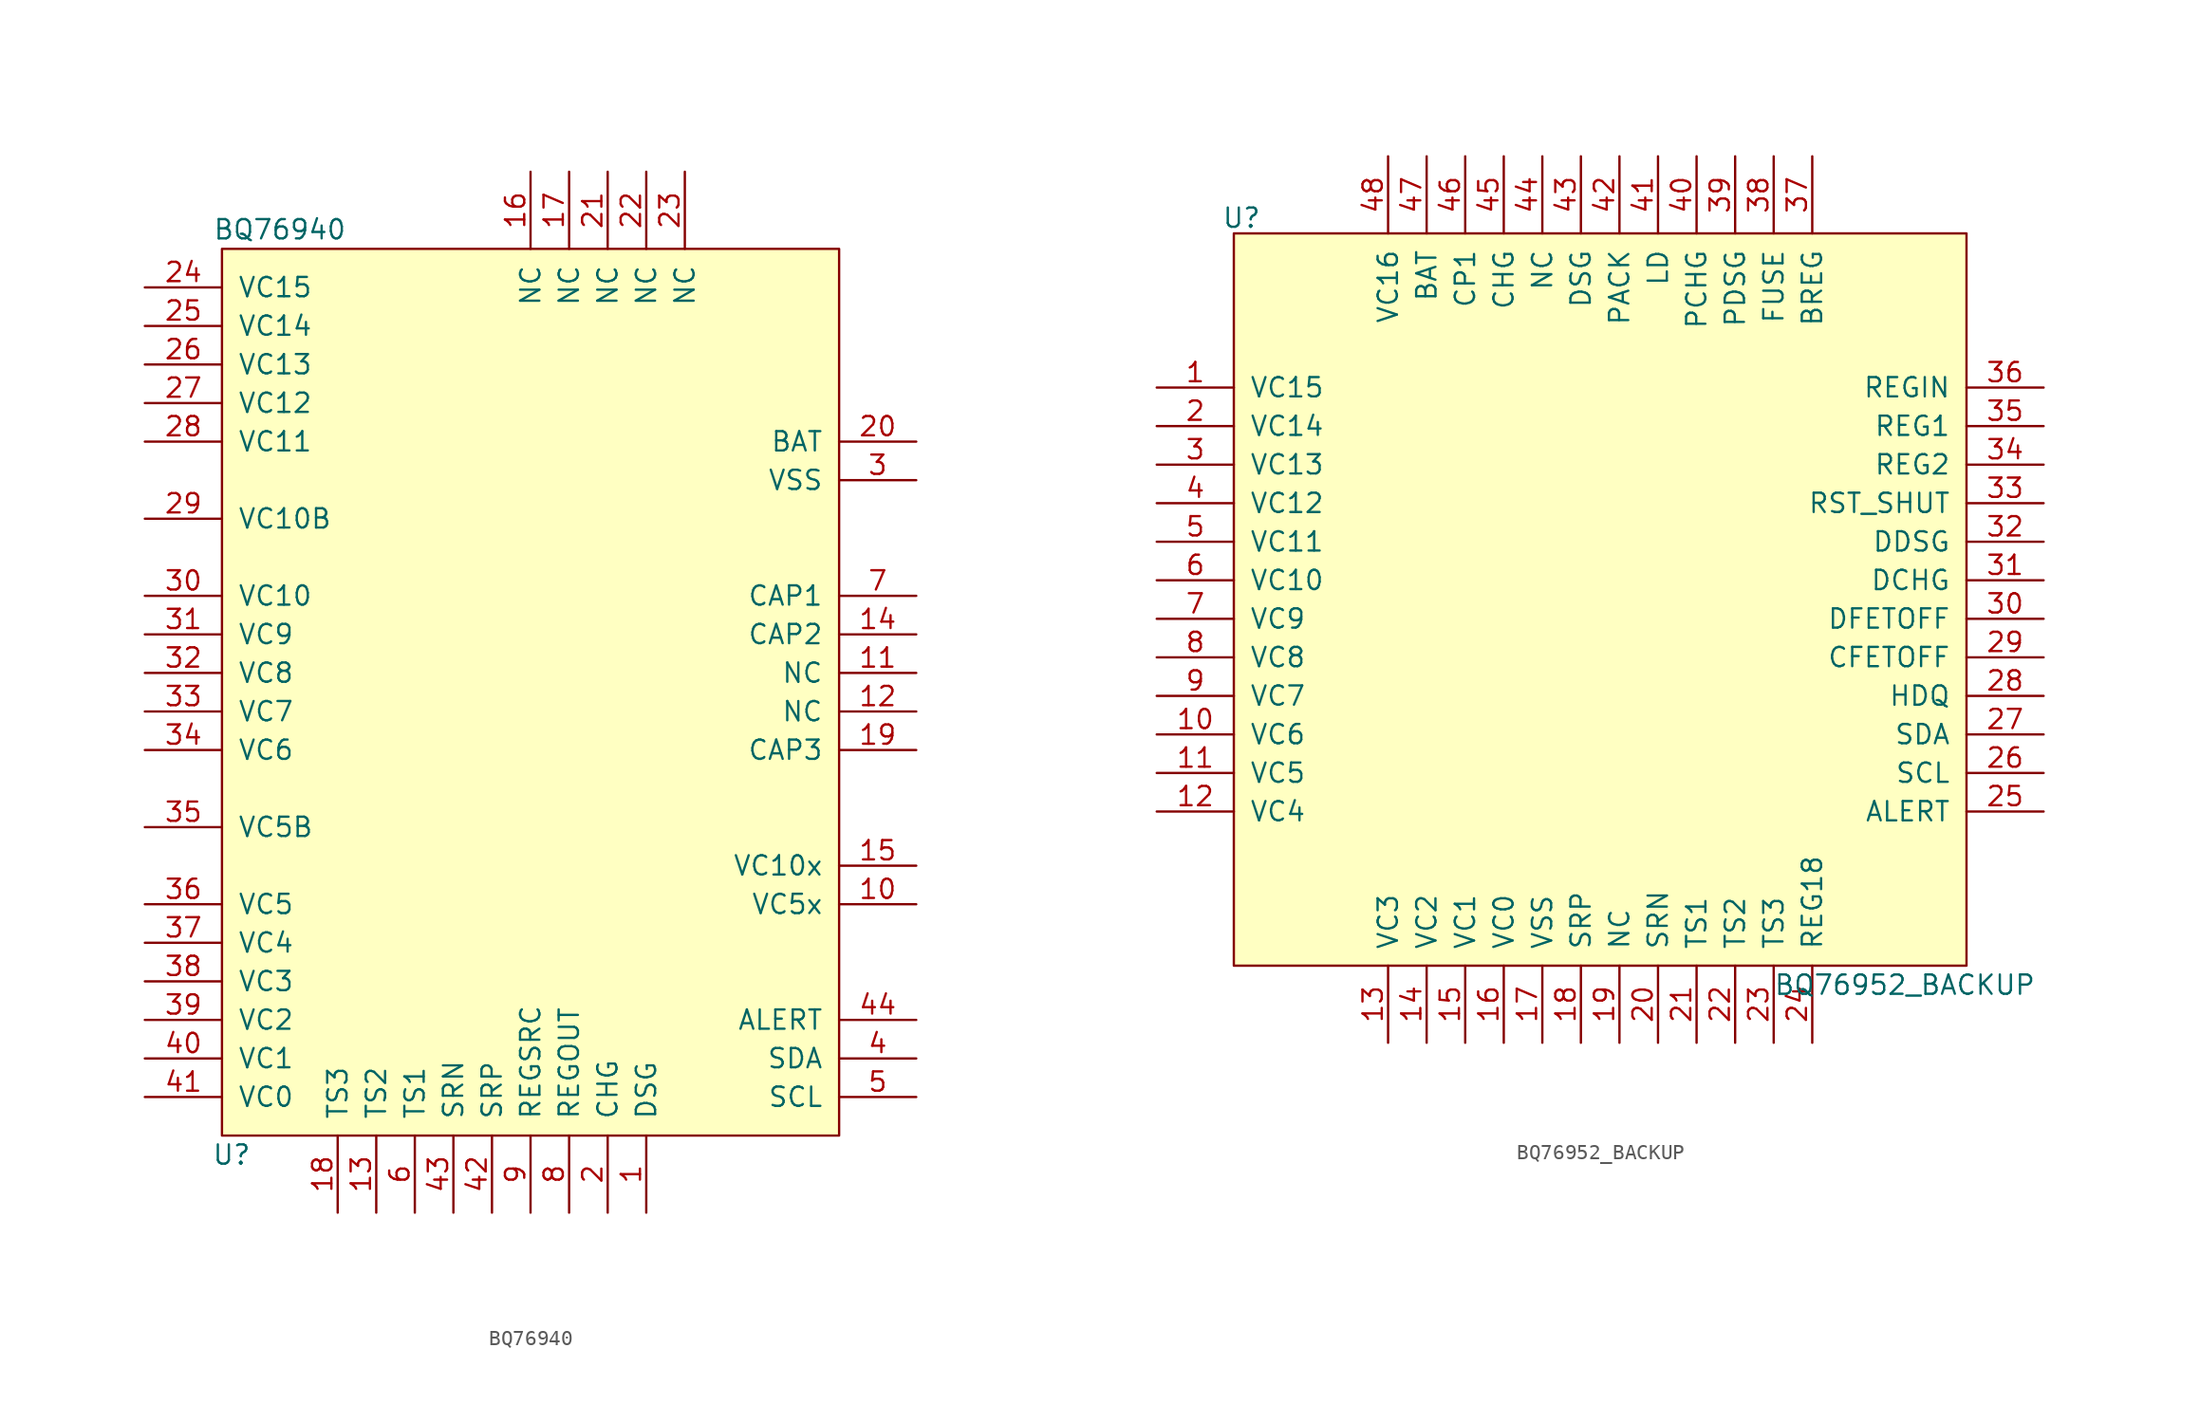
<source format=kicad_sym>
(kicad_symbol_lib
  (version 20211014)
  (generator kicad_symbol_editor)
  (symbol "BQ76940"
    (pin_names
      (offset 1.016))
    (property "Reference" "U"
      (at 0.635 -57.15 0)
      (effects (font (size 1.27 1.27))))
    (property "Value" "BQ76940"
      (at 3.81 3.81 0)
      (effects (font (size 1.27 1.27))))
    (symbol "BQ76940_0_1"
      (rectangle (start 0 2.54) (end 40.64 -55.88) (stroke (width 0) (type default) (color 0 0 0 0)) (fill (type background))))
    (symbol "BQ76940_1_1"
      (pin input line (at 27.94 -60.96 90) (length 5.08) (name "DSG" (effects (font (size 1.27 1.27)))) (number "1" (effects (font (size 1.27 1.27)))))
      (pin input line (at 45.72 -40.64 180) (length 5.08) (name "VC5x" (effects (font (size 1.27 1.27)))) (number "10" (effects (font (size 1.27 1.27)))))
      (pin input line (at 45.72 -25.4 180) (length 5.08) (name "NC" (effects (font (size 1.27 1.27)))) (number "11" (effects (font (size 1.27 1.27)))))
      (pin input line (at 45.72 -27.94 180) (length 5.08) (name "NC" (effects (font (size 1.27 1.27)))) (number "12" (effects (font (size 1.27 1.27)))))
      (pin input line (at 10.16 -60.96 90) (length 5.08) (name "TS2" (effects (font (size 1.27 1.27)))) (number "13" (effects (font (size 1.27 1.27)))))
      (pin input line (at 45.72 -22.86 180) (length 5.08) (name "CAP2" (effects (font (size 1.27 1.27)))) (number "14" (effects (font (size 1.27 1.27)))))
      (pin input line (at 45.72 -38.1 180) (length 5.08) (name "VC10x" (effects (font (size 1.27 1.27)))) (number "15" (effects (font (size 1.27 1.27)))))
      (pin input line (at 20.32 7.62 270) (length 5.08) (name "NC" (effects (font (size 1.27 1.27)))) (number "16" (effects (font (size 1.27 1.27)))))
      (pin input line (at 22.86 7.62 270) (length 5.08) (name "NC" (effects (font (size 1.27 1.27)))) (number "17" (effects (font (size 1.27 1.27)))))
      (pin input line (at 7.62 -60.96 90) (length 5.08) (name "TS3" (effects (font (size 1.27 1.27)))) (number "18" (effects (font (size 1.27 1.27)))))
      (pin input line (at 45.72 -30.48 180) (length 5.08) (name "CAP3" (effects (font (size 1.27 1.27)))) (number "19" (effects (font (size 1.27 1.27)))))
      (pin input line (at 25.4 -60.96 90) (length 5.08) (name "CHG" (effects (font (size 1.27 1.27)))) (number "2" (effects (font (size 1.27 1.27)))))
      (pin input line (at 45.72 -10.16 180) (length 5.08) (name "BAT" (effects (font (size 1.27 1.27)))) (number "20" (effects (font (size 1.27 1.27)))))
      (pin input line (at 25.4 7.62 270) (length 5.08) (name "NC" (effects (font (size 1.27 1.27)))) (number "21" (effects (font (size 1.27 1.27)))))
      (pin input line (at 27.94 7.62 270) (length 5.08) (name "NC" (effects (font (size 1.27 1.27)))) (number "22" (effects (font (size 1.27 1.27)))))
      (pin input line (at 30.48 7.62 270) (length 5.08) (name "NC" (effects (font (size 1.27 1.27)))) (number "23" (effects (font (size 1.27 1.27)))))
      (pin input line (at -5.08 0 0) (length 5.08) (name "VC15" (effects (font (size 1.27 1.27)))) (number "24" (effects (font (size 1.27 1.27)))))
      (pin input line (at -5.08 -2.54 0) (length 5.08) (name "VC14" (effects (font (size 1.27 1.27)))) (number "25" (effects (font (size 1.27 1.27)))))
      (pin input line (at -5.08 -5.08 0) (length 5.08) (name "VC13" (effects (font (size 1.27 1.27)))) (number "26" (effects (font (size 1.27 1.27)))))
      (pin input line (at -5.08 -7.62 0) (length 5.08) (name "VC12" (effects (font (size 1.27 1.27)))) (number "27" (effects (font (size 1.27 1.27)))))
      (pin input line (at -5.08 -10.16 0) (length 5.08) (name "VC11" (effects (font (size 1.27 1.27)))) (number "28" (effects (font (size 1.27 1.27)))))
      (pin input line (at -5.08 -15.24 0) (length 5.08) (name "VC10B" (effects (font (size 1.27 1.27)))) (number "29" (effects (font (size 1.27 1.27)))))
      (pin input line (at 45.72 -12.7 180) (length 5.08) (name "VSS" (effects (font (size 1.27 1.27)))) (number "3" (effects (font (size 1.27 1.27)))))
      (pin input line (at -5.08 -20.32 0) (length 5.08) (name "VC10" (effects (font (size 1.27 1.27)))) (number "30" (effects (font (size 1.27 1.27)))))
      (pin input line (at -5.08 -22.86 0) (length 5.08) (name "VC9" (effects (font (size 1.27 1.27)))) (number "31" (effects (font (size 1.27 1.27)))))
      (pin input line (at -5.08 -25.4 0) (length 5.08) (name "VC8" (effects (font (size 1.27 1.27)))) (number "32" (effects (font (size 1.27 1.27)))))
      (pin input line (at -5.08 -27.94 0) (length 5.08) (name "VC7" (effects (font (size 1.27 1.27)))) (number "33" (effects (font (size 1.27 1.27)))))
      (pin input line (at -5.08 -30.48 0) (length 5.08) (name "VC6" (effects (font (size 1.27 1.27)))) (number "34" (effects (font (size 1.27 1.27)))))
      (pin input line (at -5.08 -35.56 0) (length 5.08) (name "VC5B" (effects (font (size 1.27 1.27)))) (number "35" (effects (font (size 1.27 1.27)))))
      (pin input line (at -5.08 -40.64 0) (length 5.08) (name "VC5" (effects (font (size 1.27 1.27)))) (number "36" (effects (font (size 1.27 1.27)))))
      (pin input line (at -5.08 -43.18 0) (length 5.08) (name "VC4" (effects (font (size 1.27 1.27)))) (number "37" (effects (font (size 1.27 1.27)))))
      (pin input line (at -5.08 -45.72 0) (length 5.08) (name "VC3" (effects (font (size 1.27 1.27)))) (number "38" (effects (font (size 1.27 1.27)))))
      (pin input line (at -5.08 -48.26 0) (length 5.08) (name "VC2" (effects (font (size 1.27 1.27)))) (number "39" (effects (font (size 1.27 1.27)))))
      (pin input line (at 45.72 -50.8 180) (length 5.08) (name "SDA" (effects (font (size 1.27 1.27)))) (number "4" (effects (font (size 1.27 1.27)))))
      (pin input line (at -5.08 -50.8 0) (length 5.08) (name "VC1" (effects (font (size 1.27 1.27)))) (number "40" (effects (font (size 1.27 1.27)))))
      (pin input line (at -5.08 -53.34 0) (length 5.08) (name "VC0" (effects (font (size 1.27 1.27)))) (number "41" (effects (font (size 1.27 1.27)))))
      (pin input line (at 17.78 -60.96 90) (length 5.08) (name "SRP" (effects (font (size 1.27 1.27)))) (number "42" (effects (font (size 1.27 1.27)))))
      (pin input line (at 15.24 -60.96 90) (length 5.08) (name "SRN" (effects (font (size 1.27 1.27)))) (number "43" (effects (font (size 1.27 1.27)))))
      (pin input line (at 45.72 -48.26 180) (length 5.08) (name "ALERT" (effects (font (size 1.27 1.27)))) (number "44" (effects (font (size 1.27 1.27)))))
      (pin input line (at 45.72 -53.34 180) (length 5.08) (name "SCL" (effects (font (size 1.27 1.27)))) (number "5" (effects (font (size 1.27 1.27)))))
      (pin input line (at 12.7 -60.96 90) (length 5.08) (name "TS1" (effects (font (size 1.27 1.27)))) (number "6" (effects (font (size 1.27 1.27)))))
      (pin input line (at 45.72 -20.32 180) (length 5.08) (name "CAP1" (effects (font (size 1.27 1.27)))) (number "7" (effects (font (size 1.27 1.27)))))
      (pin input line (at 22.86 -60.96 90) (length 5.08) (name "REGOUT" (effects (font (size 1.27 1.27)))) (number "8" (effects (font (size 1.27 1.27)))))
      (pin input line (at 20.32 -60.96 90) (length 5.08) (name "REGSRC" (effects (font (size 1.27 1.27)))) (number "9" (effects (font (size 1.27 1.27)))))))
  (symbol "BQ76952_BACKUP"
    (pin_names
      (offset 1.016))
    (property "Reference" "U"
      (at 0.508 1.016 0)
      (effects (font (size 1.27 1.27))))
    (property "Value" "BQ76952_BACKUP"
      (at 44.196 -49.53 0)
      (effects (font (size 1.27 1.27))))
    (symbol "BQ76952_BACKUP_0_1"
      (rectangle (start 48.26 0) (end 0 -48.26) (stroke (width 0) (type default) (color 0 0 0 0)) (fill (type background))))
    (symbol "BQ76952_BACKUP_1_1"
      (pin input line (at -5.08 -10.16 0) (length 5.08) (name "VC15" (effects (font (size 1.27 1.27)))) (number "1" (effects (font (size 1.27 1.27)))))
      (pin input line (at -5.08 -33.02 0) (length 5.08) (name "VC6" (effects (font (size 1.27 1.27)))) (number "10" (effects (font (size 1.27 1.27)))))
      (pin input line (at -5.08 -35.56 0) (length 5.08) (name "VC5" (effects (font (size 1.27 1.27)))) (number "11" (effects (font (size 1.27 1.27)))))
      (pin input line (at -5.08 -38.1 0) (length 5.08) (name "VC4" (effects (font (size 1.27 1.27)))) (number "12" (effects (font (size 1.27 1.27)))))
      (pin input line (at 10.16 -53.34 90) (length 5.08) (name "VC3" (effects (font (size 1.27 1.27)))) (number "13" (effects (font (size 1.27 1.27)))))
      (pin input line (at 12.7 -53.34 90) (length 5.08) (name "VC2" (effects (font (size 1.27 1.27)))) (number "14" (effects (font (size 1.27 1.27)))))
      (pin input line (at 15.24 -53.34 90) (length 5.08) (name "VC1" (effects (font (size 1.27 1.27)))) (number "15" (effects (font (size 1.27 1.27)))))
      (pin input line (at 17.78 -53.34 90) (length 5.08) (name "VC0" (effects (font (size 1.27 1.27)))) (number "16" (effects (font (size 1.27 1.27)))))
      (pin input line (at 20.32 -53.34 90) (length 5.08) (name "VSS" (effects (font (size 1.27 1.27)))) (number "17" (effects (font (size 1.27 1.27)))))
      (pin input line (at 22.86 -53.34 90) (length 5.08) (name "SRP" (effects (font (size 1.27 1.27)))) (number "18" (effects (font (size 1.27 1.27)))))
      (pin input line (at 25.4 -53.34 90) (length 5.08) (name "NC" (effects (font (size 1.27 1.27)))) (number "19" (effects (font (size 1.27 1.27)))))
      (pin input line (at -5.08 -12.7 0) (length 5.08) (name "VC14" (effects (font (size 1.27 1.27)))) (number "2" (effects (font (size 1.27 1.27)))))
      (pin input line (at 27.94 -53.34 90) (length 5.08) (name "SRN" (effects (font (size 1.27 1.27)))) (number "20" (effects (font (size 1.27 1.27)))))
      (pin input line (at 30.48 -53.34 90) (length 5.08) (name "TS1" (effects (font (size 1.27 1.27)))) (number "21" (effects (font (size 1.27 1.27)))))
      (pin input line (at 33.02 -53.34 90) (length 5.08) (name "TS2" (effects (font (size 1.27 1.27)))) (number "22" (effects (font (size 1.27 1.27)))))
      (pin input line (at 35.56 -53.34 90) (length 5.08) (name "TS3" (effects (font (size 1.27 1.27)))) (number "23" (effects (font (size 1.27 1.27)))))
      (pin input line (at 38.1 -53.34 90) (length 5.08) (name "REG18" (effects (font (size 1.27 1.27)))) (number "24" (effects (font (size 1.27 1.27)))))
      (pin input line (at 53.34 -38.1 180) (length 5.08) (name "ALERT" (effects (font (size 1.27 1.27)))) (number "25" (effects (font (size 1.27 1.27)))))
      (pin input line (at 53.34 -35.56 180) (length 5.08) (name "SCL" (effects (font (size 1.27 1.27)))) (number "26" (effects (font (size 1.27 1.27)))))
      (pin input line (at 53.34 -33.02 180) (length 5.08) (name "SDA" (effects (font (size 1.27 1.27)))) (number "27" (effects (font (size 1.27 1.27)))))
      (pin input line (at 53.34 -30.48 180) (length 5.08) (name "HDQ" (effects (font (size 1.27 1.27)))) (number "28" (effects (font (size 1.27 1.27)))))
      (pin input line (at 53.34 -27.94 180) (length 5.08) (name "CFETOFF" (effects (font (size 1.27 1.27)))) (number "29" (effects (font (size 1.27 1.27)))))
      (pin input line (at -5.08 -15.24 0) (length 5.08) (name "VC13" (effects (font (size 1.27 1.27)))) (number "3" (effects (font (size 1.27 1.27)))))
      (pin input line (at 53.34 -25.4 180) (length 5.08) (name "DFETOFF" (effects (font (size 1.27 1.27)))) (number "30" (effects (font (size 1.27 1.27)))))
      (pin input line (at 53.34 -22.86 180) (length 5.08) (name "DCHG" (effects (font (size 1.27 1.27)))) (number "31" (effects (font (size 1.27 1.27)))))
      (pin input line (at 53.34 -20.32 180) (length 5.08) (name "DDSG" (effects (font (size 1.27 1.27)))) (number "32" (effects (font (size 1.27 1.27)))))
      (pin input line (at 53.34 -17.78 180) (length 5.08) (name "RST_SHUT" (effects (font (size 1.27 1.27)))) (number "33" (effects (font (size 1.27 1.27)))))
      (pin input line (at 53.34 -15.24 180) (length 5.08) (name "REG2" (effects (font (size 1.27 1.27)))) (number "34" (effects (font (size 1.27 1.27)))))
      (pin input line (at 53.34 -12.7 180) (length 5.08) (name "REG1" (effects (font (size 1.27 1.27)))) (number "35" (effects (font (size 1.27 1.27)))))
      (pin input line (at 53.34 -10.16 180) (length 5.08) (name "REGIN" (effects (font (size 1.27 1.27)))) (number "36" (effects (font (size 1.27 1.27)))))
      (pin input line (at 38.1 5.08 270) (length 5.08) (name "BREG" (effects (font (size 1.27 1.27)))) (number "37" (effects (font (size 1.27 1.27)))))
      (pin input line (at 35.56 5.08 270) (length 5.08) (name "FUSE" (effects (font (size 1.27 1.27)))) (number "38" (effects (font (size 1.27 1.27)))))
      (pin input line (at 33.02 5.08 270) (length 5.08) (name "PDSG" (effects (font (size 1.27 1.27)))) (number "39" (effects (font (size 1.27 1.27)))))
      (pin input line (at -5.08 -17.78 0) (length 5.08) (name "VC12" (effects (font (size 1.27 1.27)))) (number "4" (effects (font (size 1.27 1.27)))))
      (pin input line (at 30.48 5.08 270) (length 5.08) (name "PCHG" (effects (font (size 1.27 1.27)))) (number "40" (effects (font (size 1.27 1.27)))))
      (pin input line (at 27.94 5.08 270) (length 5.08) (name "LD" (effects (font (size 1.27 1.27)))) (number "41" (effects (font (size 1.27 1.27)))))
      (pin input line (at 25.4 5.08 270) (length 5.08) (name "PACK" (effects (font (size 1.27 1.27)))) (number "42" (effects (font (size 1.27 1.27)))))
      (pin input line (at 22.86 5.08 270) (length 5.08) (name "DSG" (effects (font (size 1.27 1.27)))) (number "43" (effects (font (size 1.27 1.27)))))
      (pin input line (at 20.32 5.08 270) (length 5.08) (name "NC" (effects (font (size 1.27 1.27)))) (number "44" (effects (font (size 1.27 1.27)))))
      (pin input line (at 17.78 5.08 270) (length 5.08) (name "CHG" (effects (font (size 1.27 1.27)))) (number "45" (effects (font (size 1.27 1.27)))))
      (pin input line (at 15.24 5.08 270) (length 5.08) (name "CP1" (effects (font (size 1.27 1.27)))) (number "46" (effects (font (size 1.27 1.27)))))
      (pin input line (at 12.7 5.08 270) (length 5.08) (name "BAT" (effects (font (size 1.27 1.27)))) (number "47" (effects (font (size 1.27 1.27)))))
      (pin input line (at 10.16 5.08 270) (length 5.08) (name "VC16" (effects (font (size 1.27 1.27)))) (number "48" (effects (font (size 1.27 1.27)))))
      (pin input line (at -5.08 -20.32 0) (length 5.08) (name "VC11" (effects (font (size 1.27 1.27)))) (number "5" (effects (font (size 1.27 1.27)))))
      (pin input line (at -5.08 -22.86 0) (length 5.08) (name "VC10" (effects (font (size 1.27 1.27)))) (number "6" (effects (font (size 1.27 1.27)))))
      (pin input line (at -5.08 -25.4 0) (length 5.08) (name "VC9" (effects (font (size 1.27 1.27)))) (number "7" (effects (font (size 1.27 1.27)))))
      (pin input line (at -5.08 -27.94 0) (length 5.08) (name "VC8" (effects (font (size 1.27 1.27)))) (number "8" (effects (font (size 1.27 1.27)))))
      (pin input line (at -5.08 -30.48 0) (length 5.08) (name "VC7" (effects (font (size 1.27 1.27)))) (number "9" (effects (font (size 1.27 1.27))))))))
</source>
